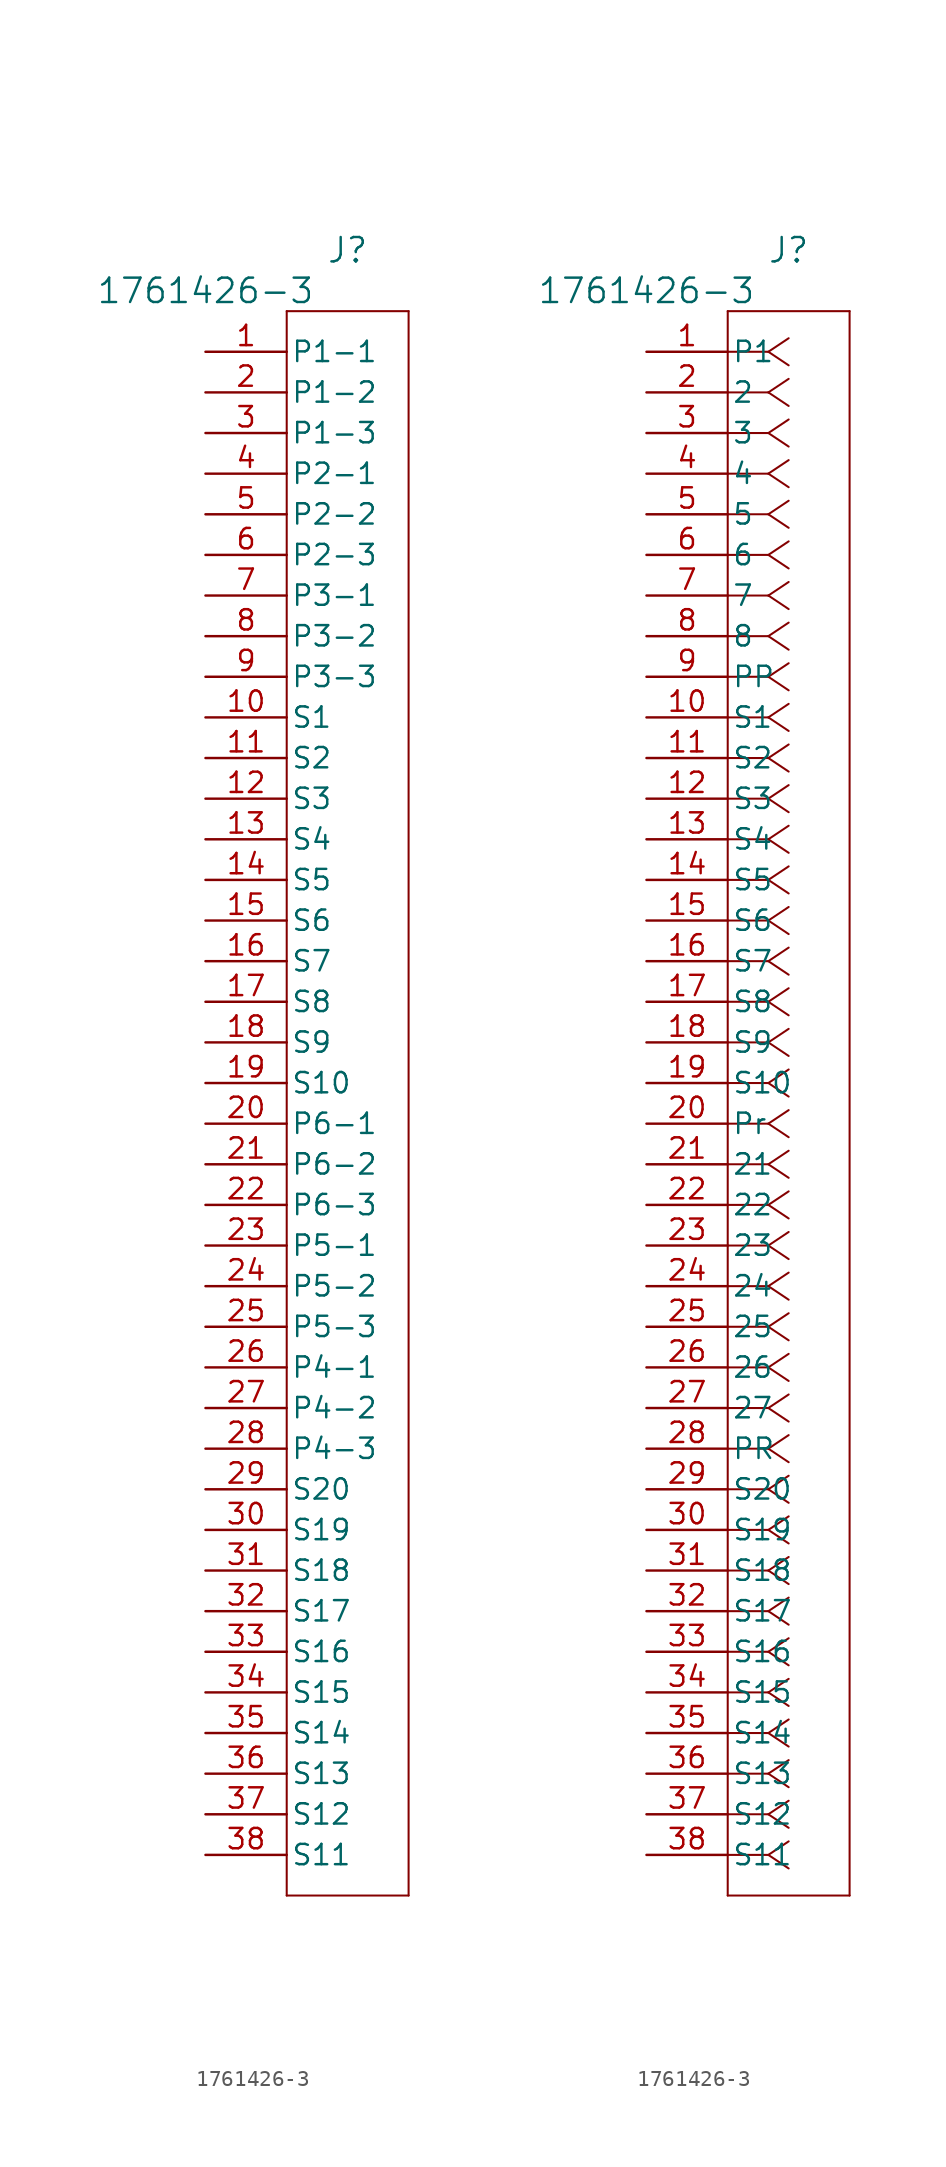
<source format=kicad_sym>
(kicad_symbol_lib
  (version 20220914)
  (generator kicad_symbol_editor)
  (symbol "1761426-3"
    (pin_names
      (offset 0.254))
    (property "Reference" "J"
      (at 8.89 6.35 0)
      (effects (font (size 1.524 1.524))))
    (property "Value" "1761426-3"
      (at 0 3.81 0)
      (effects (font (size 1.524 1.524))))
    (symbol "1761426-3_1_1"
      (polyline (pts (xy 5.08 -96.52) (xy 12.7 -96.52)) (stroke (width 0.127) (type default)) (fill (type none)))
      (polyline (pts (xy 5.08 2.54) (xy 5.08 -96.52)) (stroke (width 0.127) (type default)) (fill (type none)))
      (polyline (pts (xy 12.7 -96.52) (xy 12.7 2.54)) (stroke (width 0.127) (type default)) (fill (type none)))
      (polyline (pts (xy 12.7 2.54) (xy 5.08 2.54)) (stroke (width 0.127) (type default)) (fill (type none)))
      (pin unspecified line (at 0 0 0) (length 5.08) (name "P1-1" (effects (font (size 1.27 1.27)))) (number "1" (effects (font (size 1.27 1.27)))))
      (pin unspecified line (at 0 -22.86 0) (length 5.08) (name "S1" (effects (font (size 1.27 1.27)))) (number "10" (effects (font (size 1.27 1.27)))))
      (pin unspecified line (at 0 -25.4 0) (length 5.08) (name "S2" (effects (font (size 1.27 1.27)))) (number "11" (effects (font (size 1.27 1.27)))))
      (pin unspecified line (at 0 -27.94 0) (length 5.08) (name "S3" (effects (font (size 1.27 1.27)))) (number "12" (effects (font (size 1.27 1.27)))))
      (pin unspecified line (at 0 -30.48 0) (length 5.08) (name "S4" (effects (font (size 1.27 1.27)))) (number "13" (effects (font (size 1.27 1.27)))))
      (pin unspecified line (at 0 -33.02 0) (length 5.08) (name "S5" (effects (font (size 1.27 1.27)))) (number "14" (effects (font (size 1.27 1.27)))))
      (pin unspecified line (at 0 -35.56 0) (length 5.08) (name "S6" (effects (font (size 1.27 1.27)))) (number "15" (effects (font (size 1.27 1.27)))))
      (pin unspecified line (at 0 -38.1 0) (length 5.08) (name "S7" (effects (font (size 1.27 1.27)))) (number "16" (effects (font (size 1.27 1.27)))))
      (pin unspecified line (at 0 -40.64 0) (length 5.08) (name "S8" (effects (font (size 1.27 1.27)))) (number "17" (effects (font (size 1.27 1.27)))))
      (pin unspecified line (at 0 -43.18 0) (length 5.08) (name "S9" (effects (font (size 1.27 1.27)))) (number "18" (effects (font (size 1.27 1.27)))))
      (pin unspecified line (at 0 -45.72 0) (length 5.08) (name "S10" (effects (font (size 1.27 1.27)))) (number "19" (effects (font (size 1.27 1.27)))))
      (pin unspecified line (at 0 -2.54 0) (length 5.08) (name "P1-2" (effects (font (size 1.27 1.27)))) (number "2" (effects (font (size 1.27 1.27)))))
      (pin unspecified line (at 0 -48.26 0) (length 5.08) (name "P6-1" (effects (font (size 1.27 1.27)))) (number "20" (effects (font (size 1.27 1.27)))))
      (pin unspecified line (at 0 -50.8 0) (length 5.08) (name "P6-2" (effects (font (size 1.27 1.27)))) (number "21" (effects (font (size 1.27 1.27)))))
      (pin unspecified line (at 0 -53.34 0) (length 5.08) (name "P6-3" (effects (font (size 1.27 1.27)))) (number "22" (effects (font (size 1.27 1.27)))))
      (pin unspecified line (at 0 -55.88 0) (length 5.08) (name "P5-1" (effects (font (size 1.27 1.27)))) (number "23" (effects (font (size 1.27 1.27)))))
      (pin unspecified line (at 0 -58.42 0) (length 5.08) (name "P5-2" (effects (font (size 1.27 1.27)))) (number "24" (effects (font (size 1.27 1.27)))))
      (pin unspecified line (at 0 -60.96 0) (length 5.08) (name "P5-3" (effects (font (size 1.27 1.27)))) (number "25" (effects (font (size 1.27 1.27)))))
      (pin unspecified line (at 0 -63.5 0) (length 5.08) (name "P4-1" (effects (font (size 1.27 1.27)))) (number "26" (effects (font (size 1.27 1.27)))))
      (pin unspecified line (at 0 -66.04 0) (length 5.08) (name "P4-2" (effects (font (size 1.27 1.27)))) (number "27" (effects (font (size 1.27 1.27)))))
      (pin unspecified line (at 0 -68.58 0) (length 5.08) (name "P4-3" (effects (font (size 1.27 1.27)))) (number "28" (effects (font (size 1.27 1.27)))))
      (pin unspecified line (at 0 -71.12 0) (length 5.08) (name "S20" (effects (font (size 1.27 1.27)))) (number "29" (effects (font (size 1.27 1.27)))))
      (pin unspecified line (at 0 -5.08 0) (length 5.08) (name "P1-3" (effects (font (size 1.27 1.27)))) (number "3" (effects (font (size 1.27 1.27)))))
      (pin unspecified line (at 0 -73.66 0) (length 5.08) (name "S19" (effects (font (size 1.27 1.27)))) (number "30" (effects (font (size 1.27 1.27)))))
      (pin unspecified line (at 0 -76.2 0) (length 5.08) (name "S18" (effects (font (size 1.27 1.27)))) (number "31" (effects (font (size 1.27 1.27)))))
      (pin unspecified line (at 0 -78.74 0) (length 5.08) (name "S17" (effects (font (size 1.27 1.27)))) (number "32" (effects (font (size 1.27 1.27)))))
      (pin unspecified line (at 0 -81.28 0) (length 5.08) (name "S16" (effects (font (size 1.27 1.27)))) (number "33" (effects (font (size 1.27 1.27)))))
      (pin unspecified line (at 0 -83.82 0) (length 5.08) (name "S15" (effects (font (size 1.27 1.27)))) (number "34" (effects (font (size 1.27 1.27)))))
      (pin unspecified line (at 0 -86.36 0) (length 5.08) (name "S14" (effects (font (size 1.27 1.27)))) (number "35" (effects (font (size 1.27 1.27)))))
      (pin unspecified line (at 0 -88.9 0) (length 5.08) (name "S13" (effects (font (size 1.27 1.27)))) (number "36" (effects (font (size 1.27 1.27)))))
      (pin unspecified line (at 0 -91.44 0) (length 5.08) (name "S12" (effects (font (size 1.27 1.27)))) (number "37" (effects (font (size 1.27 1.27)))))
      (pin unspecified line (at 0 -93.98 0) (length 5.08) (name "S11" (effects (font (size 1.27 1.27)))) (number "38" (effects (font (size 1.27 1.27)))))
      (pin unspecified line (at 0 -7.62 0) (length 5.08) (name "P2-1" (effects (font (size 1.27 1.27)))) (number "4" (effects (font (size 1.27 1.27)))))
      (pin unspecified line (at 0 -10.16 0) (length 5.08) (name "P2-2" (effects (font (size 1.27 1.27)))) (number "5" (effects (font (size 1.27 1.27)))))
      (pin unspecified line (at 0 -12.7 0) (length 5.08) (name "P2-3" (effects (font (size 1.27 1.27)))) (number "6" (effects (font (size 1.27 1.27)))))
      (pin unspecified line (at 0 -15.24 0) (length 5.08) (name "P3-1" (effects (font (size 1.27 1.27)))) (number "7" (effects (font (size 1.27 1.27)))))
      (pin unspecified line (at 0 -17.78 0) (length 5.08) (name "P3-2" (effects (font (size 1.27 1.27)))) (number "8" (effects (font (size 1.27 1.27)))))
      (pin unspecified line (at 0 -20.32 0) (length 5.08) (name "P3-3" (effects (font (size 1.27 1.27)))) (number "9" (effects (font (size 1.27 1.27))))))
    (symbol "1761426-3_1_2"
      (polyline (pts (xy 5.08 -96.52) (xy 12.7 -96.52)) (stroke (width 0.127) (type default)) (fill (type none)))
      (polyline (pts (xy 5.08 2.54) (xy 5.08 -96.52)) (stroke (width 0.127) (type default)) (fill (type none)))
      (polyline (pts (xy 7.62 -93.98) (xy 5.08 -93.98)) (stroke (width 0.127) (type default)) (fill (type none)))
      (polyline (pts (xy 7.62 -93.98) (xy 8.89 -94.827)) (stroke (width 0.127) (type default)) (fill (type none)))
      (polyline (pts (xy 7.62 -93.98) (xy 8.89 -93.133)) (stroke (width 0.127) (type default)) (fill (type none)))
      (polyline (pts (xy 7.62 -91.44) (xy 5.08 -91.44)) (stroke (width 0.127) (type default)) (fill (type none)))
      (polyline (pts (xy 7.62 -91.44) (xy 8.89 -92.287)) (stroke (width 0.127) (type default)) (fill (type none)))
      (polyline (pts (xy 7.62 -91.44) (xy 8.89 -90.593)) (stroke (width 0.127) (type default)) (fill (type none)))
      (polyline (pts (xy 7.62 -88.9) (xy 5.08 -88.9)) (stroke (width 0.127) (type default)) (fill (type none)))
      (polyline (pts (xy 7.62 -88.9) (xy 8.89 -89.747)) (stroke (width 0.127) (type default)) (fill (type none)))
      (polyline (pts (xy 7.62 -88.9) (xy 8.89 -88.053)) (stroke (width 0.127) (type default)) (fill (type none)))
      (polyline (pts (xy 7.62 -86.36) (xy 5.08 -86.36)) (stroke (width 0.127) (type default)) (fill (type none)))
      (polyline (pts (xy 7.62 -86.36) (xy 8.89 -87.207)) (stroke (width 0.127) (type default)) (fill (type none)))
      (polyline (pts (xy 7.62 -86.36) (xy 8.89 -85.513)) (stroke (width 0.127) (type default)) (fill (type none)))
      (polyline (pts (xy 7.62 -83.82) (xy 5.08 -83.82)) (stroke (width 0.127) (type default)) (fill (type none)))
      (polyline (pts (xy 7.62 -83.82) (xy 8.89 -84.667)) (stroke (width 0.127) (type default)) (fill (type none)))
      (polyline (pts (xy 7.62 -83.82) (xy 8.89 -82.973)) (stroke (width 0.127) (type default)) (fill (type none)))
      (polyline (pts (xy 7.62 -81.28) (xy 5.08 -81.28)) (stroke (width 0.127) (type default)) (fill (type none)))
      (polyline (pts (xy 7.62 -81.28) (xy 8.89 -82.127)) (stroke (width 0.127) (type default)) (fill (type none)))
      (polyline (pts (xy 7.62 -81.28) (xy 8.89 -80.433)) (stroke (width 0.127) (type default)) (fill (type none)))
      (polyline (pts (xy 7.62 -78.74) (xy 5.08 -78.74)) (stroke (width 0.127) (type default)) (fill (type none)))
      (polyline (pts (xy 7.62 -78.74) (xy 8.89 -79.587)) (stroke (width 0.127) (type default)) (fill (type none)))
      (polyline (pts (xy 7.62 -78.74) (xy 8.89 -77.893)) (stroke (width 0.127) (type default)) (fill (type none)))
      (polyline (pts (xy 7.62 -76.2) (xy 5.08 -76.2)) (stroke (width 0.127) (type default)) (fill (type none)))
      (polyline (pts (xy 7.62 -76.2) (xy 8.89 -77.047)) (stroke (width 0.127) (type default)) (fill (type none)))
      (polyline (pts (xy 7.62 -76.2) (xy 8.89 -75.353)) (stroke (width 0.127) (type default)) (fill (type none)))
      (polyline (pts (xy 7.62 -73.66) (xy 5.08 -73.66)) (stroke (width 0.127) (type default)) (fill (type none)))
      (polyline (pts (xy 7.62 -73.66) (xy 8.89 -74.507)) (stroke (width 0.127) (type default)) (fill (type none)))
      (polyline (pts (xy 7.62 -73.66) (xy 8.89 -72.813)) (stroke (width 0.127) (type default)) (fill (type none)))
      (polyline (pts (xy 7.62 -71.12) (xy 5.08 -71.12)) (stroke (width 0.127) (type default)) (fill (type none)))
      (polyline (pts (xy 7.62 -71.12) (xy 8.89 -71.967)) (stroke (width 0.127) (type default)) (fill (type none)))
      (polyline (pts (xy 7.62 -71.12) (xy 8.89 -70.273)) (stroke (width 0.127) (type default)) (fill (type none)))
      (polyline (pts (xy 7.62 -68.58) (xy 5.08 -68.58)) (stroke (width 0.127) (type default)) (fill (type none)))
      (polyline (pts (xy 7.62 -68.58) (xy 8.89 -69.427)) (stroke (width 0.127) (type default)) (fill (type none)))
      (polyline (pts (xy 7.62 -68.58) (xy 8.89 -67.733)) (stroke (width 0.127) (type default)) (fill (type none)))
      (polyline (pts (xy 7.62 -66.04) (xy 5.08 -66.04)) (stroke (width 0.127) (type default)) (fill (type none)))
      (polyline (pts (xy 7.62 -66.04) (xy 8.89 -66.887)) (stroke (width 0.127) (type default)) (fill (type none)))
      (polyline (pts (xy 7.62 -66.04) (xy 8.89 -65.193)) (stroke (width 0.127) (type default)) (fill (type none)))
      (polyline (pts (xy 7.62 -63.5) (xy 5.08 -63.5)) (stroke (width 0.127) (type default)) (fill (type none)))
      (polyline (pts (xy 7.62 -63.5) (xy 8.89 -64.347)) (stroke (width 0.127) (type default)) (fill (type none)))
      (polyline (pts (xy 7.62 -63.5) (xy 8.89 -62.653)) (stroke (width 0.127) (type default)) (fill (type none)))
      (polyline (pts (xy 7.62 -60.96) (xy 5.08 -60.96)) (stroke (width 0.127) (type default)) (fill (type none)))
      (polyline (pts (xy 7.62 -60.96) (xy 8.89 -61.807)) (stroke (width 0.127) (type default)) (fill (type none)))
      (polyline (pts (xy 7.62 -60.96) (xy 8.89 -60.113)) (stroke (width 0.127) (type default)) (fill (type none)))
      (polyline (pts (xy 7.62 -58.42) (xy 5.08 -58.42)) (stroke (width 0.127) (type default)) (fill (type none)))
      (polyline (pts (xy 7.62 -58.42) (xy 8.89 -59.267)) (stroke (width 0.127) (type default)) (fill (type none)))
      (polyline (pts (xy 7.62 -58.42) (xy 8.89 -57.573)) (stroke (width 0.127) (type default)) (fill (type none)))
      (polyline (pts (xy 7.62 -55.88) (xy 5.08 -55.88)) (stroke (width 0.127) (type default)) (fill (type none)))
      (polyline (pts (xy 7.62 -55.88) (xy 8.89 -56.727)) (stroke (width 0.127) (type default)) (fill (type none)))
      (polyline (pts (xy 7.62 -55.88) (xy 8.89 -55.033)) (stroke (width 0.127) (type default)) (fill (type none)))
      (polyline (pts (xy 7.62 -53.34) (xy 5.08 -53.34)) (stroke (width 0.127) (type default)) (fill (type none)))
      (polyline (pts (xy 7.62 -53.34) (xy 8.89 -54.187)) (stroke (width 0.127) (type default)) (fill (type none)))
      (polyline (pts (xy 7.62 -53.34) (xy 8.89 -52.493)) (stroke (width 0.127) (type default)) (fill (type none)))
      (polyline (pts (xy 7.62 -50.8) (xy 5.08 -50.8)) (stroke (width 0.127) (type default)) (fill (type none)))
      (polyline (pts (xy 7.62 -50.8) (xy 8.89 -51.647)) (stroke (width 0.127) (type default)) (fill (type none)))
      (polyline (pts (xy 7.62 -50.8) (xy 8.89 -49.953)) (stroke (width 0.127) (type default)) (fill (type none)))
      (polyline (pts (xy 7.62 -48.26) (xy 5.08 -48.26)) (stroke (width 0.127) (type default)) (fill (type none)))
      (polyline (pts (xy 7.62 -48.26) (xy 8.89 -49.107)) (stroke (width 0.127) (type default)) (fill (type none)))
      (polyline (pts (xy 7.62 -48.26) (xy 8.89 -47.413)) (stroke (width 0.127) (type default)) (fill (type none)))
      (polyline (pts (xy 7.62 -45.72) (xy 5.08 -45.72)) (stroke (width 0.127) (type default)) (fill (type none)))
      (polyline (pts (xy 7.62 -45.72) (xy 8.89 -46.567)) (stroke (width 0.127) (type default)) (fill (type none)))
      (polyline (pts (xy 7.62 -45.72) (xy 8.89 -44.873)) (stroke (width 0.127) (type default)) (fill (type none)))
      (polyline (pts (xy 7.62 -43.18) (xy 5.08 -43.18)) (stroke (width 0.127) (type default)) (fill (type none)))
      (polyline (pts (xy 7.62 -43.18) (xy 8.89 -44.027)) (stroke (width 0.127) (type default)) (fill (type none)))
      (polyline (pts (xy 7.62 -43.18) (xy 8.89 -42.333)) (stroke (width 0.127) (type default)) (fill (type none)))
      (polyline (pts (xy 7.62 -40.64) (xy 5.08 -40.64)) (stroke (width 0.127) (type default)) (fill (type none)))
      (polyline (pts (xy 7.62 -40.64) (xy 8.89 -41.487)) (stroke (width 0.127) (type default)) (fill (type none)))
      (polyline (pts (xy 7.62 -40.64) (xy 8.89 -39.793)) (stroke (width 0.127) (type default)) (fill (type none)))
      (polyline (pts (xy 7.62 -38.1) (xy 5.08 -38.1)) (stroke (width 0.127) (type default)) (fill (type none)))
      (polyline (pts (xy 7.62 -38.1) (xy 8.89 -38.947)) (stroke (width 0.127) (type default)) (fill (type none)))
      (polyline (pts (xy 7.62 -38.1) (xy 8.89 -37.253)) (stroke (width 0.127) (type default)) (fill (type none)))
      (polyline (pts (xy 7.62 -35.56) (xy 5.08 -35.56)) (stroke (width 0.127) (type default)) (fill (type none)))
      (polyline (pts (xy 7.62 -35.56) (xy 8.89 -36.407)) (stroke (width 0.127) (type default)) (fill (type none)))
      (polyline (pts (xy 7.62 -35.56) (xy 8.89 -34.713)) (stroke (width 0.127) (type default)) (fill (type none)))
      (polyline (pts (xy 7.62 -33.02) (xy 5.08 -33.02)) (stroke (width 0.127) (type default)) (fill (type none)))
      (polyline (pts (xy 7.62 -33.02) (xy 8.89 -33.867)) (stroke (width 0.127) (type default)) (fill (type none)))
      (polyline (pts (xy 7.62 -33.02) (xy 8.89 -32.173)) (stroke (width 0.127) (type default)) (fill (type none)))
      (polyline (pts (xy 7.62 -30.48) (xy 5.08 -30.48)) (stroke (width 0.127) (type default)) (fill (type none)))
      (polyline (pts (xy 7.62 -30.48) (xy 8.89 -31.327)) (stroke (width 0.127) (type default)) (fill (type none)))
      (polyline (pts (xy 7.62 -30.48) (xy 8.89 -29.633)) (stroke (width 0.127) (type default)) (fill (type none)))
      (polyline (pts (xy 7.62 -27.94) (xy 5.08 -27.94)) (stroke (width 0.127) (type default)) (fill (type none)))
      (polyline (pts (xy 7.62 -27.94) (xy 8.89 -28.787)) (stroke (width 0.127) (type default)) (fill (type none)))
      (polyline (pts (xy 7.62 -27.94) (xy 8.89 -27.093)) (stroke (width 0.127) (type default)) (fill (type none)))
      (polyline (pts (xy 7.62 -25.4) (xy 5.08 -25.4)) (stroke (width 0.127) (type default)) (fill (type none)))
      (polyline (pts (xy 7.62 -25.4) (xy 8.89 -26.247)) (stroke (width 0.127) (type default)) (fill (type none)))
      (polyline (pts (xy 7.62 -25.4) (xy 8.89 -24.553)) (stroke (width 0.127) (type default)) (fill (type none)))
      (polyline (pts (xy 7.62 -22.86) (xy 5.08 -22.86)) (stroke (width 0.127) (type default)) (fill (type none)))
      (polyline (pts (xy 7.62 -22.86) (xy 8.89 -23.707)) (stroke (width 0.127) (type default)) (fill (type none)))
      (polyline (pts (xy 7.62 -22.86) (xy 8.89 -22.013)) (stroke (width 0.127) (type default)) (fill (type none)))
      (polyline (pts (xy 7.62 -20.32) (xy 5.08 -20.32)) (stroke (width 0.127) (type default)) (fill (type none)))
      (polyline (pts (xy 7.62 -20.32) (xy 8.89 -21.167)) (stroke (width 0.127) (type default)) (fill (type none)))
      (polyline (pts (xy 7.62 -20.32) (xy 8.89 -19.473)) (stroke (width 0.127) (type default)) (fill (type none)))
      (polyline (pts (xy 7.62 -17.78) (xy 5.08 -17.78)) (stroke (width 0.127) (type default)) (fill (type none)))
      (polyline (pts (xy 7.62 -17.78) (xy 8.89 -18.627)) (stroke (width 0.127) (type default)) (fill (type none)))
      (polyline (pts (xy 7.62 -17.78) (xy 8.89 -16.933)) (stroke (width 0.127) (type default)) (fill (type none)))
      (polyline (pts (xy 7.62 -15.24) (xy 5.08 -15.24)) (stroke (width 0.127) (type default)) (fill (type none)))
      (polyline (pts (xy 7.62 -15.24) (xy 8.89 -16.087)) (stroke (width 0.127) (type default)) (fill (type none)))
      (polyline (pts (xy 7.62 -15.24) (xy 8.89 -14.393)) (stroke (width 0.127) (type default)) (fill (type none)))
      (polyline (pts (xy 7.62 -12.7) (xy 5.08 -12.7)) (stroke (width 0.127) (type default)) (fill (type none)))
      (polyline (pts (xy 7.62 -12.7) (xy 8.89 -13.547)) (stroke (width 0.127) (type default)) (fill (type none)))
      (polyline (pts (xy 7.62 -12.7) (xy 8.89 -11.853)) (stroke (width 0.127) (type default)) (fill (type none)))
      (polyline (pts (xy 7.62 -10.16) (xy 5.08 -10.16)) (stroke (width 0.127) (type default)) (fill (type none)))
      (polyline (pts (xy 7.62 -10.16) (xy 8.89 -11.007)) (stroke (width 0.127) (type default)) (fill (type none)))
      (polyline (pts (xy 7.62 -10.16) (xy 8.89 -9.313)) (stroke (width 0.127) (type default)) (fill (type none)))
      (polyline (pts (xy 7.62 -7.62) (xy 5.08 -7.62)) (stroke (width 0.127) (type default)) (fill (type none)))
      (polyline (pts (xy 7.62 -7.62) (xy 8.89 -8.467)) (stroke (width 0.127) (type default)) (fill (type none)))
      (polyline (pts (xy 7.62 -7.62) (xy 8.89 -6.773)) (stroke (width 0.127) (type default)) (fill (type none)))
      (polyline (pts (xy 7.62 -5.08) (xy 5.08 -5.08)) (stroke (width 0.127) (type default)) (fill (type none)))
      (polyline (pts (xy 7.62 -5.08) (xy 8.89 -5.927)) (stroke (width 0.127) (type default)) (fill (type none)))
      (polyline (pts (xy 7.62 -5.08) (xy 8.89 -4.233)) (stroke (width 0.127) (type default)) (fill (type none)))
      (polyline (pts (xy 7.62 -2.54) (xy 5.08 -2.54)) (stroke (width 0.127) (type default)) (fill (type none)))
      (polyline (pts (xy 7.62 -2.54) (xy 8.89 -3.387)) (stroke (width 0.127) (type default)) (fill (type none)))
      (polyline (pts (xy 7.62 -2.54) (xy 8.89 -1.693)) (stroke (width 0.127) (type default)) (fill (type none)))
      (polyline (pts (xy 7.62 0) (xy 5.08 0)) (stroke (width 0.127) (type default)) (fill (type none)))
      (polyline (pts (xy 7.62 0) (xy 8.89 -0.847)) (stroke (width 0.127) (type default)) (fill (type none)))
      (polyline (pts (xy 7.62 0) (xy 8.89 0.847)) (stroke (width 0.127) (type default)) (fill (type none)))
      (polyline (pts (xy 12.7 -96.52) (xy 12.7 2.54)) (stroke (width 0.127) (type default)) (fill (type none)))
      (polyline (pts (xy 12.7 2.54) (xy 5.08 2.54)) (stroke (width 0.127) (type default)) (fill (type none)))
      (pin unspecified line (at 0 0 0) (length 5.08) (name "P1" (effects (font (size 1.27 1.27)))) (number "1" (effects (font (size 1.27 1.27)))))
      (pin unspecified line (at 0 -22.86 0) (length 5.08) (name "S1" (effects (font (size 1.27 1.27)))) (number "10" (effects (font (size 1.27 1.27)))))
      (pin unspecified line (at 0 -25.4 0) (length 5.08) (name "S2" (effects (font (size 1.27 1.27)))) (number "11" (effects (font (size 1.27 1.27)))))
      (pin unspecified line (at 0 -27.94 0) (length 5.08) (name "S3" (effects (font (size 1.27 1.27)))) (number "12" (effects (font (size 1.27 1.27)))))
      (pin unspecified line (at 0 -30.48 0) (length 5.08) (name "S4" (effects (font (size 1.27 1.27)))) (number "13" (effects (font (size 1.27 1.27)))))
      (pin unspecified line (at 0 -33.02 0) (length 5.08) (name "S5" (effects (font (size 1.27 1.27)))) (number "14" (effects (font (size 1.27 1.27)))))
      (pin unspecified line (at 0 -35.56 0) (length 5.08) (name "S6" (effects (font (size 1.27 1.27)))) (number "15" (effects (font (size 1.27 1.27)))))
      (pin unspecified line (at 0 -38.1 0) (length 5.08) (name "S7" (effects (font (size 1.27 1.27)))) (number "16" (effects (font (size 1.27 1.27)))))
      (pin unspecified line (at 0 -40.64 0) (length 5.08) (name "S8" (effects (font (size 1.27 1.27)))) (number "17" (effects (font (size 1.27 1.27)))))
      (pin unspecified line (at 0 -43.18 0) (length 5.08) (name "S9" (effects (font (size 1.27 1.27)))) (number "18" (effects (font (size 1.27 1.27)))))
      (pin unspecified line (at 0 -45.72 0) (length 5.08) (name "S10" (effects (font (size 1.27 1.27)))) (number "19" (effects (font (size 1.27 1.27)))))
      (pin unspecified line (at 0 -2.54 0) (length 5.08) (name "2" (effects (font (size 1.27 1.27)))) (number "2" (effects (font (size 1.27 1.27)))))
      (pin unspecified line (at 0 -48.26 0) (length 5.08) (name "Pr" (effects (font (size 1.27 1.27)))) (number "20" (effects (font (size 1.27 1.27)))))
      (pin unspecified line (at 0 -50.8 0) (length 5.08) (name "21" (effects (font (size 1.27 1.27)))) (number "21" (effects (font (size 1.27 1.27)))))
      (pin unspecified line (at 0 -53.34 0) (length 5.08) (name "22" (effects (font (size 1.27 1.27)))) (number "22" (effects (font (size 1.27 1.27)))))
      (pin unspecified line (at 0 -55.88 0) (length 5.08) (name "23" (effects (font (size 1.27 1.27)))) (number "23" (effects (font (size 1.27 1.27)))))
      (pin unspecified line (at 0 -58.42 0) (length 5.08) (name "24" (effects (font (size 1.27 1.27)))) (number "24" (effects (font (size 1.27 1.27)))))
      (pin unspecified line (at 0 -60.96 0) (length 5.08) (name "25" (effects (font (size 1.27 1.27)))) (number "25" (effects (font (size 1.27 1.27)))))
      (pin unspecified line (at 0 -63.5 0) (length 5.08) (name "26" (effects (font (size 1.27 1.27)))) (number "26" (effects (font (size 1.27 1.27)))))
      (pin unspecified line (at 0 -66.04 0) (length 5.08) (name "27" (effects (font (size 1.27 1.27)))) (number "27" (effects (font (size 1.27 1.27)))))
      (pin unspecified line (at 0 -68.58 0) (length 5.08) (name "PR" (effects (font (size 1.27 1.27)))) (number "28" (effects (font (size 1.27 1.27)))))
      (pin unspecified line (at 0 -71.12 0) (length 5.08) (name "S20" (effects (font (size 1.27 1.27)))) (number "29" (effects (font (size 1.27 1.27)))))
      (pin unspecified line (at 0 -5.08 0) (length 5.08) (name "3" (effects (font (size 1.27 1.27)))) (number "3" (effects (font (size 1.27 1.27)))))
      (pin unspecified line (at 0 -73.66 0) (length 5.08) (name "S19" (effects (font (size 1.27 1.27)))) (number "30" (effects (font (size 1.27 1.27)))))
      (pin unspecified line (at 0 -76.2 0) (length 5.08) (name "S18" (effects (font (size 1.27 1.27)))) (number "31" (effects (font (size 1.27 1.27)))))
      (pin unspecified line (at 0 -78.74 0) (length 5.08) (name "S17" (effects (font (size 1.27 1.27)))) (number "32" (effects (font (size 1.27 1.27)))))
      (pin unspecified line (at 0 -81.28 0) (length 5.08) (name "S16" (effects (font (size 1.27 1.27)))) (number "33" (effects (font (size 1.27 1.27)))))
      (pin unspecified line (at 0 -83.82 0) (length 5.08) (name "S15" (effects (font (size 1.27 1.27)))) (number "34" (effects (font (size 1.27 1.27)))))
      (pin unspecified line (at 0 -86.36 0) (length 5.08) (name "S14" (effects (font (size 1.27 1.27)))) (number "35" (effects (font (size 1.27 1.27)))))
      (pin unspecified line (at 0 -88.9 0) (length 5.08) (name "S13" (effects (font (size 1.27 1.27)))) (number "36" (effects (font (size 1.27 1.27)))))
      (pin unspecified line (at 0 -91.44 0) (length 5.08) (name "S12" (effects (font (size 1.27 1.27)))) (number "37" (effects (font (size 1.27 1.27)))))
      (pin unspecified line (at 0 -93.98 0) (length 5.08) (name "S11" (effects (font (size 1.27 1.27)))) (number "38" (effects (font (size 1.27 1.27)))))
      (pin unspecified line (at 0 -7.62 0) (length 5.08) (name "4" (effects (font (size 1.27 1.27)))) (number "4" (effects (font (size 1.27 1.27)))))
      (pin unspecified line (at 0 -10.16 0) (length 5.08) (name "5" (effects (font (size 1.27 1.27)))) (number "5" (effects (font (size 1.27 1.27)))))
      (pin unspecified line (at 0 -12.7 0) (length 5.08) (name "6" (effects (font (size 1.27 1.27)))) (number "6" (effects (font (size 1.27 1.27)))))
      (pin unspecified line (at 0 -15.24 0) (length 5.08) (name "7" (effects (font (size 1.27 1.27)))) (number "7" (effects (font (size 1.27 1.27)))))
      (pin unspecified line (at 0 -17.78 0) (length 5.08) (name "8" (effects (font (size 1.27 1.27)))) (number "8" (effects (font (size 1.27 1.27)))))
      (pin unspecified line (at 0 -20.32 0) (length 5.08) (name "PP" (effects (font (size 1.27 1.27)))) (number "9" (effects (font (size 1.27 1.27))))))))
</source>
